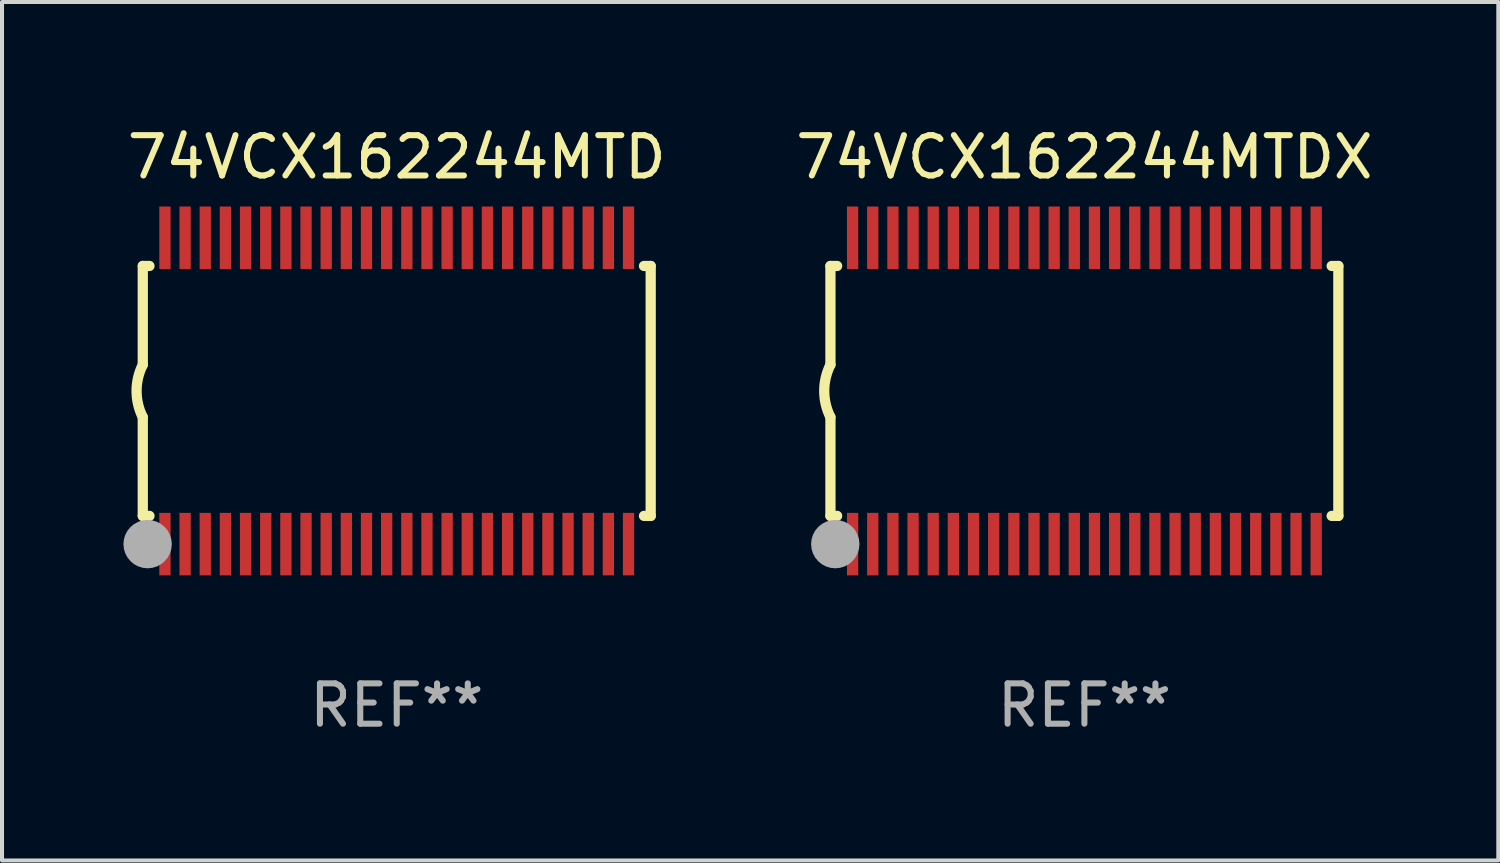
<source format=kicad_pcb>
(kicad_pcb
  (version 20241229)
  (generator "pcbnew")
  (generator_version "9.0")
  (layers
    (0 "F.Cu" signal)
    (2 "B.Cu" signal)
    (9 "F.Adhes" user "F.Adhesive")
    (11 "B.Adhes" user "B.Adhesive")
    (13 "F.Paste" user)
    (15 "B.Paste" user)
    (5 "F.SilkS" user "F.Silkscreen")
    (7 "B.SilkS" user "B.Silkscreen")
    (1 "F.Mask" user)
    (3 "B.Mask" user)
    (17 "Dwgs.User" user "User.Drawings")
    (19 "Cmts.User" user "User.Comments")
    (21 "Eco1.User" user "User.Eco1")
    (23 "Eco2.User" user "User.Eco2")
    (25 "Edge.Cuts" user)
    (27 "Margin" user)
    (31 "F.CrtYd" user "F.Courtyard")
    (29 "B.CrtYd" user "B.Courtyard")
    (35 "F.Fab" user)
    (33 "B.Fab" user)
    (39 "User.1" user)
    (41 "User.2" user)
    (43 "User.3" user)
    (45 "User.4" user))
  (footprint "74VCX162244MTD"
    (layer "F.Cu")
    (at 6.792 6.648)
    (property "Reference" "74VCX162244MTD" (at 0 -5.8 0) (layer "F.SilkS") (effects (font (size 1 1) (thickness 0.15))))
    (attr through_hole)
    (fp_line (start -6.3 -3.1) (end -6.3 -0.65) (stroke (width 0.254) (type solid)) (layer "F.SilkS"))
    (fp_line (start -6.3 -3.1) (end -6.134 -3.1) (stroke (width 0.254) (type solid)) (layer "F.SilkS"))
    (fp_line (start -6.3 3.1) (end -6.3 0.65) (stroke (width 0.254) (type solid)) (layer "F.SilkS"))
    (fp_line (start -6.3 3.1) (end -6.134 3.1) (stroke (width 0.254) (type solid)) (layer "F.SilkS"))
    (fp_line (start 6.134 -3.1) (end 6.3 -3.1) (stroke (width 0.254) (type solid)) (layer "F.SilkS"))
    (fp_line (start 6.134 3.1) (end 6.3 3.1) (stroke (width 0.254) (type solid)) (layer "F.SilkS"))
    (fp_line (start 6.3 -3.1) (end 6.3 3.1) (stroke (width 0.254) (type solid)) (layer "F.SilkS"))
    (fp_arc (start -6.301016 0.650114) (mid -6.45413 -0.000082) (end -6.3 -0.650038) (stroke (width 0.254001) (type solid)) (layer "F.SilkS"))
    (fp_circle (center -6.35 3.81) (end -6.223 3.81) (stroke (width 0.254) (type solid)) (fill no) (layer "F.SilkS"))
    (fp_circle (center -6.25 4.05) (end -6.22 4.05) (stroke (width 0.06) (type solid)) (fill no) (layer "F.SilkS"))
    (fp_circle (center -6.18 3.8) (end -5.88 3.8) (stroke (width 0.6) (type solid)) (fill no) (layer "F.Fab"))
    (fp_text user "REF**" (at 0 7.8 0) (layer "F.Fab") (effects (font (size 1 1) (thickness 0.15))))
    (pad "1" smd rect (at -5.75 3.8) (size 0.28 1.55) (layers "F.Cu" "F.Mask" "F.Paste"))
    (pad "2" smd rect (at -5.25 3.8) (size 0.28 1.55) (layers "F.Cu" "F.Mask" "F.Paste"))
    (pad "3" smd rect (at -4.75 3.8) (size 0.28 1.55) (layers "F.Cu" "F.Mask" "F.Paste"))
    (pad "4" smd rect (at -4.25 3.8) (size 0.28 1.55) (layers "F.Cu" "F.Mask" "F.Paste"))
    (pad "5" smd rect (at -3.75 3.8) (size 0.28 1.55) (layers "F.Cu" "F.Mask" "F.Paste"))
    (pad "6" smd rect (at -3.25 3.8) (size 0.28 1.55) (layers "F.Cu" "F.Mask" "F.Paste"))
    (pad "7" smd rect (at -2.75 3.8) (size 0.28 1.55) (layers "F.Cu" "F.Mask" "F.Paste"))
    (pad "8" smd rect (at -2.25 3.8) (size 0.28 1.55) (layers "F.Cu" "F.Mask" "F.Paste"))
    (pad "9" smd rect (at -1.75 3.8) (size 0.28 1.55) (layers "F.Cu" "F.Mask" "F.Paste"))
    (pad "10" smd rect (at -1.25 3.8) (size 0.28 1.55) (layers "F.Cu" "F.Mask" "F.Paste"))
    (pad "11" smd rect (at -0.75 3.8) (size 0.28 1.55) (layers "F.Cu" "F.Mask" "F.Paste"))
    (pad "12" smd rect (at -0.25 3.8) (size 0.28 1.55) (layers "F.Cu" "F.Mask" "F.Paste"))
    (pad "13" smd rect (at 0.25 3.8) (size 0.28 1.55) (layers "F.Cu" "F.Mask" "F.Paste"))
    (pad "14" smd rect (at 0.75 3.8) (size 0.28 1.55) (layers "F.Cu" "F.Mask" "F.Paste"))
    (pad "15" smd rect (at 1.25 3.8) (size 0.28 1.55) (layers "F.Cu" "F.Mask" "F.Paste"))
    (pad "16" smd rect (at 1.75 3.8) (size 0.28 1.55) (layers "F.Cu" "F.Mask" "F.Paste"))
    (pad "17" smd rect (at 2.25 3.8) (size 0.28 1.55) (layers "F.Cu" "F.Mask" "F.Paste"))
    (pad "18" smd rect (at 2.75 3.8) (size 0.28 1.55) (layers "F.Cu" "F.Mask" "F.Paste"))
    (pad "19" smd rect (at 3.25 3.8) (size 0.28 1.55) (layers "F.Cu" "F.Mask" "F.Paste"))
    (pad "20" smd rect (at 3.75 3.8) (size 0.28 1.55) (layers "F.Cu" "F.Mask" "F.Paste"))
    (pad "21" smd rect (at 4.25 3.8) (size 0.28 1.55) (layers "F.Cu" "F.Mask" "F.Paste"))
    (pad "22" smd rect (at 4.75 3.8) (size 0.28 1.55) (layers "F.Cu" "F.Mask" "F.Paste"))
    (pad "23" smd rect (at 5.25 3.8) (size 0.28 1.55) (layers "F.Cu" "F.Mask" "F.Paste"))
    (pad "24" smd rect (at 5.75 3.8) (size 0.28 1.55) (layers "F.Cu" "F.Mask" "F.Paste"))
    (pad "25" smd rect (at 5.75 -3.8) (size 0.28 1.55) (layers "F.Cu" "F.Mask" "F.Paste"))
    (pad "26" smd rect (at 5.25 -3.8) (size 0.28 1.55) (layers "F.Cu" "F.Mask" "F.Paste"))
    (pad "27" smd rect (at 4.75 -3.8) (size 0.28 1.55) (layers "F.Cu" "F.Mask" "F.Paste"))
    (pad "28" smd rect (at 4.25 -3.8) (size 0.28 1.55) (layers "F.Cu" "F.Mask" "F.Paste"))
    (pad "29" smd rect (at 3.75 -3.8) (size 0.28 1.55) (layers "F.Cu" "F.Mask" "F.Paste"))
    (pad "30" smd rect (at 3.25 -3.8) (size 0.28 1.55) (layers "F.Cu" "F.Mask" "F.Paste"))
    (pad "31" smd rect (at 2.75 -3.8) (size 0.28 1.55) (layers "F.Cu" "F.Mask" "F.Paste"))
    (pad "32" smd rect (at 2.25 -3.8) (size 0.28 1.55) (layers "F.Cu" "F.Mask" "F.Paste"))
    (pad "33" smd rect (at 1.75 -3.8) (size 0.28 1.55) (layers "F.Cu" "F.Mask" "F.Paste"))
    (pad "34" smd rect (at 1.25 -3.8) (size 0.28 1.55) (layers "F.Cu" "F.Mask" "F.Paste"))
    (pad "35" smd rect (at 0.75 -3.8) (size 0.28 1.55) (layers "F.Cu" "F.Mask" "F.Paste"))
    (pad "36" smd rect (at 0.25 -3.8) (size 0.28 1.55) (layers "F.Cu" "F.Mask" "F.Paste"))
    (pad "37" smd rect (at -0.25 -3.8) (size 0.28 1.55) (layers "F.Cu" "F.Mask" "F.Paste"))
    (pad "38" smd rect (at -0.75 -3.8) (size 0.28 1.55) (layers "F.Cu" "F.Mask" "F.Paste"))
    (pad "39" smd rect (at -1.25 -3.8) (size 0.28 1.55) (layers "F.Cu" "F.Mask" "F.Paste"))
    (pad "40" smd rect (at -1.75 -3.8) (size 0.28 1.55) (layers "F.Cu" "F.Mask" "F.Paste"))
    (pad "41" smd rect (at -2.25 -3.8) (size 0.28 1.55) (layers "F.Cu" "F.Mask" "F.Paste"))
    (pad "42" smd rect (at -2.75 -3.8) (size 0.28 1.55) (layers "F.Cu" "F.Mask" "F.Paste"))
    (pad "43" smd rect (at -3.25 -3.8) (size 0.28 1.55) (layers "F.Cu" "F.Mask" "F.Paste"))
    (pad "44" smd rect (at -3.75 -3.8) (size 0.28 1.55) (layers "F.Cu" "F.Mask" "F.Paste"))
    (pad "45" smd rect (at -4.25 -3.8) (size 0.28 1.55) (layers "F.Cu" "F.Mask" "F.Paste"))
    (pad "46" smd rect (at -4.75 -3.8) (size 0.28 1.55) (layers "F.Cu" "F.Mask" "F.Paste"))
    (pad "47" smd rect (at -5.25 -3.8) (size 0.28 1.55) (layers "F.Cu" "F.Mask" "F.Paste"))
    (pad "48" smd rect (at -5.75 -3.8) (size 0.28 1.55) (layers "F.Cu" "F.Mask" "F.Paste")))
  (footprint "74VCX162244MTDX"
    (layer "F.Cu")
    (at 23.851 6.648)
    (property "Reference" "74VCX162244MTDX" (at 0 -5.8 0) (layer "F.SilkS") (effects (font (size 1 1) (thickness 0.15))))
    (attr through_hole)
    (fp_line (start -6.3 -3.1) (end -6.3 -0.65) (stroke (width 0.254) (type solid)) (layer "F.SilkS"))
    (fp_line (start -6.3 -3.1) (end -6.134 -3.1) (stroke (width 0.254) (type solid)) (layer "F.SilkS"))
    (fp_line (start -6.3 3.1) (end -6.3 0.65) (stroke (width 0.254) (type solid)) (layer "F.SilkS"))
    (fp_line (start -6.3 3.1) (end -6.134 3.1) (stroke (width 0.254) (type solid)) (layer "F.SilkS"))
    (fp_line (start 6.134 -3.1) (end 6.3 -3.1) (stroke (width 0.254) (type solid)) (layer "F.SilkS"))
    (fp_line (start 6.134 3.1) (end 6.3 3.1) (stroke (width 0.254) (type solid)) (layer "F.SilkS"))
    (fp_line (start 6.3 -3.1) (end 6.3 3.1) (stroke (width 0.254) (type solid)) (layer "F.SilkS"))
    (fp_arc (start -6.301016 0.650114) (mid -6.45413 -0.000082) (end -6.3 -0.650038) (stroke (width 0.254001) (type solid)) (layer "F.SilkS"))
    (fp_circle (center -6.35 3.81) (end -6.223 3.81) (stroke (width 0.254) (type solid)) (fill no) (layer "F.SilkS"))
    (fp_circle (center -6.25 4.05) (end -6.22 4.05) (stroke (width 0.06) (type solid)) (fill no) (layer "F.SilkS"))
    (fp_circle (center -6.18 3.8) (end -5.88 3.8) (stroke (width 0.6) (type solid)) (fill no) (layer "F.Fab"))
    (fp_text user "REF**" (at 0 7.8 0) (layer "F.Fab") (effects (font (size 1 1) (thickness 0.15))))
    (pad "1" smd rect (at -5.75 3.8) (size 0.28 1.55) (layers "F.Cu" "F.Mask" "F.Paste"))
    (pad "2" smd rect (at -5.25 3.8) (size 0.28 1.55) (layers "F.Cu" "F.Mask" "F.Paste"))
    (pad "3" smd rect (at -4.75 3.8) (size 0.28 1.55) (layers "F.Cu" "F.Mask" "F.Paste"))
    (pad "4" smd rect (at -4.25 3.8) (size 0.28 1.55) (layers "F.Cu" "F.Mask" "F.Paste"))
    (pad "5" smd rect (at -3.75 3.8) (size 0.28 1.55) (layers "F.Cu" "F.Mask" "F.Paste"))
    (pad "6" smd rect (at -3.25 3.8) (size 0.28 1.55) (layers "F.Cu" "F.Mask" "F.Paste"))
    (pad "7" smd rect (at -2.75 3.8) (size 0.28 1.55) (layers "F.Cu" "F.Mask" "F.Paste"))
    (pad "8" smd rect (at -2.25 3.8) (size 0.28 1.55) (layers "F.Cu" "F.Mask" "F.Paste"))
    (pad "9" smd rect (at -1.75 3.8) (size 0.28 1.55) (layers "F.Cu" "F.Mask" "F.Paste"))
    (pad "10" smd rect (at -1.25 3.8) (size 0.28 1.55) (layers "F.Cu" "F.Mask" "F.Paste"))
    (pad "11" smd rect (at -0.75 3.8) (size 0.28 1.55) (layers "F.Cu" "F.Mask" "F.Paste"))
    (pad "12" smd rect (at -0.25 3.8) (size 0.28 1.55) (layers "F.Cu" "F.Mask" "F.Paste"))
    (pad "13" smd rect (at 0.25 3.8) (size 0.28 1.55) (layers "F.Cu" "F.Mask" "F.Paste"))
    (pad "14" smd rect (at 0.75 3.8) (size 0.28 1.55) (layers "F.Cu" "F.Mask" "F.Paste"))
    (pad "15" smd rect (at 1.25 3.8) (size 0.28 1.55) (layers "F.Cu" "F.Mask" "F.Paste"))
    (pad "16" smd rect (at 1.75 3.8) (size 0.28 1.55) (layers "F.Cu" "F.Mask" "F.Paste"))
    (pad "17" smd rect (at 2.25 3.8) (size 0.28 1.55) (layers "F.Cu" "F.Mask" "F.Paste"))
    (pad "18" smd rect (at 2.75 3.8) (size 0.28 1.55) (layers "F.Cu" "F.Mask" "F.Paste"))
    (pad "19" smd rect (at 3.25 3.8) (size 0.28 1.55) (layers "F.Cu" "F.Mask" "F.Paste"))
    (pad "20" smd rect (at 3.75 3.8) (size 0.28 1.55) (layers "F.Cu" "F.Mask" "F.Paste"))
    (pad "21" smd rect (at 4.25 3.8) (size 0.28 1.55) (layers "F.Cu" "F.Mask" "F.Paste"))
    (pad "22" smd rect (at 4.75 3.8) (size 0.28 1.55) (layers "F.Cu" "F.Mask" "F.Paste"))
    (pad "23" smd rect (at 5.25 3.8) (size 0.28 1.55) (layers "F.Cu" "F.Mask" "F.Paste"))
    (pad "24" smd rect (at 5.75 3.8) (size 0.28 1.55) (layers "F.Cu" "F.Mask" "F.Paste"))
    (pad "25" smd rect (at 5.75 -3.8) (size 0.28 1.55) (layers "F.Cu" "F.Mask" "F.Paste"))
    (pad "26" smd rect (at 5.25 -3.8) (size 0.28 1.55) (layers "F.Cu" "F.Mask" "F.Paste"))
    (pad "27" smd rect (at 4.75 -3.8) (size 0.28 1.55) (layers "F.Cu" "F.Mask" "F.Paste"))
    (pad "28" smd rect (at 4.25 -3.8) (size 0.28 1.55) (layers "F.Cu" "F.Mask" "F.Paste"))
    (pad "29" smd rect (at 3.75 -3.8) (size 0.28 1.55) (layers "F.Cu" "F.Mask" "F.Paste"))
    (pad "30" smd rect (at 3.25 -3.8) (size 0.28 1.55) (layers "F.Cu" "F.Mask" "F.Paste"))
    (pad "31" smd rect (at 2.75 -3.8) (size 0.28 1.55) (layers "F.Cu" "F.Mask" "F.Paste"))
    (pad "32" smd rect (at 2.25 -3.8) (size 0.28 1.55) (layers "F.Cu" "F.Mask" "F.Paste"))
    (pad "33" smd rect (at 1.75 -3.8) (size 0.28 1.55) (layers "F.Cu" "F.Mask" "F.Paste"))
    (pad "34" smd rect (at 1.25 -3.8) (size 0.28 1.55) (layers "F.Cu" "F.Mask" "F.Paste"))
    (pad "35" smd rect (at 0.75 -3.8) (size 0.28 1.55) (layers "F.Cu" "F.Mask" "F.Paste"))
    (pad "36" smd rect (at 0.25 -3.8) (size 0.28 1.55) (layers "F.Cu" "F.Mask" "F.Paste"))
    (pad "37" smd rect (at -0.25 -3.8) (size 0.28 1.55) (layers "F.Cu" "F.Mask" "F.Paste"))
    (pad "38" smd rect (at -0.75 -3.8) (size 0.28 1.55) (layers "F.Cu" "F.Mask" "F.Paste"))
    (pad "39" smd rect (at -1.25 -3.8) (size 0.28 1.55) (layers "F.Cu" "F.Mask" "F.Paste"))
    (pad "40" smd rect (at -1.75 -3.8) (size 0.28 1.55) (layers "F.Cu" "F.Mask" "F.Paste"))
    (pad "41" smd rect (at -2.25 -3.8) (size 0.28 1.55) (layers "F.Cu" "F.Mask" "F.Paste"))
    (pad "42" smd rect (at -2.75 -3.8) (size 0.28 1.55) (layers "F.Cu" "F.Mask" "F.Paste"))
    (pad "43" smd rect (at -3.25 -3.8) (size 0.28 1.55) (layers "F.Cu" "F.Mask" "F.Paste"))
    (pad "44" smd rect (at -3.75 -3.8) (size 0.28 1.55) (layers "F.Cu" "F.Mask" "F.Paste"))
    (pad "45" smd rect (at -4.25 -3.8) (size 0.28 1.55) (layers "F.Cu" "F.Mask" "F.Paste"))
    (pad "46" smd rect (at -4.75 -3.8) (size 0.28 1.55) (layers "F.Cu" "F.Mask" "F.Paste"))
    (pad "47" smd rect (at -5.25 -3.8) (size 0.28 1.55) (layers "F.Cu" "F.Mask" "F.Paste"))
    (pad "48" smd rect (at -5.75 -3.8) (size 0.28 1.55) (layers "F.Cu" "F.Mask" "F.Paste")))
  (gr_rect
    (start -3 -3)
    (end 34.119 18.296)
    (stroke (width 0.1) (type default))
    (fill no)
    (layer "Edge.Cuts")))
</source>
